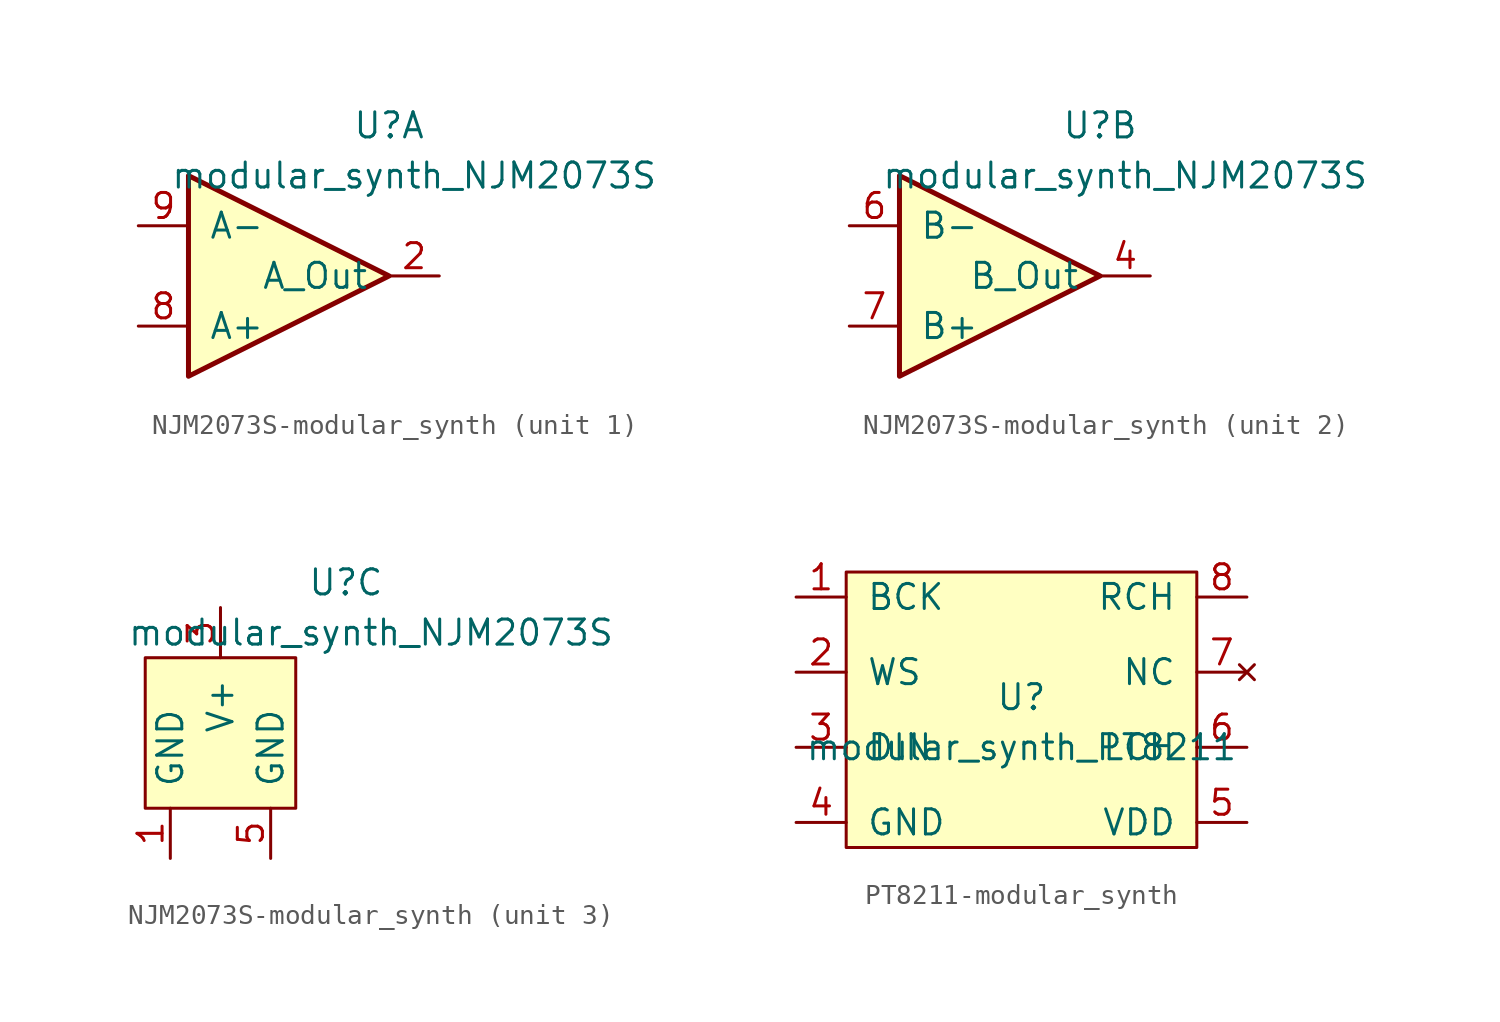
<source format=kicad_sym>
(kicad_symbol_lib
  (version 20220914)
  (generator kicad_symbol_editor)
  (symbol "NJM2073S-modular_synth"
    (pin_names
      (offset 1.016))
    (property "Reference" "U"
      (at 6.35 7.62 0)
      (effects (font (size 1.27 1.27))))
    (property "Value" "modular_synth_NJM2073S"
      (at 7.62 5.08 0)
      (effects (font (size 1.27 1.27))))
    (symbol "NJM2073S-modular_synth_1_1"
      (polyline (pts (xy -3.81 5.08) (xy 6.35 0) (xy -3.81 -5.08) (xy -3.81 5.08)) (stroke (width 0.254) (type solid)) (fill (type background)))
      (pin output line (at 8.89 0 180) (length 2.54) (name "A_Out" (effects (font (size 1.27 1.27)))) (number "2" (effects (font (size 1.27 1.27)))))
      (pin input line (at -6.35 -2.54 0) (length 2.54) (name "A+" (effects (font (size 1.27 1.27)))) (number "8" (effects (font (size 1.27 1.27)))))
      (pin input line (at -6.35 2.54 0) (length 2.54) (name "A-" (effects (font (size 1.27 1.27)))) (number "9" (effects (font (size 1.27 1.27))))))
    (symbol "NJM2073S-modular_synth_2_1"
      (polyline (pts (xy -3.81 5.08) (xy 6.35 0) (xy -3.81 -5.08) (xy -3.81 5.08)) (stroke (width 0.254) (type solid)) (fill (type background)))
      (pin output line (at 8.89 0 180) (length 2.54) (name "B_Out" (effects (font (size 1.27 1.27)))) (number "4" (effects (font (size 1.27 1.27)))))
      (pin input line (at -6.35 2.54 0) (length 2.54) (name "B-" (effects (font (size 1.27 1.27)))) (number "6" (effects (font (size 1.27 1.27)))))
      (pin input line (at -6.35 -2.54 0) (length 2.54) (name "B+" (effects (font (size 1.27 1.27)))) (number "7" (effects (font (size 1.27 1.27))))))
    (symbol "NJM2073S-modular_synth_3_1"
      (rectangle (start 3.81 3.81) (end -3.81 -3.81) (stroke (width 0) (type solid)) (fill (type background)))
      (pin power_in line (at -2.54 -6.35 90) (length 2.54) (name "GND" (effects (font (size 1.27 1.27)))) (number "1" (effects (font (size 1.27 1.27)))))
      (pin power_in line (at 0 6.35 270) (length 2.54) (name "V+" (effects (font (size 1.27 1.27)))) (number "3" (effects (font (size 1.27 1.27)))))
      (pin power_in line (at 2.54 -6.35 90) (length 2.54) (name "GND" (effects (font (size 1.27 1.27)))) (number "5" (effects (font (size 1.27 1.27)))))))
  (symbol "PT8211-modular_synth"
    (pin_names
      (offset 1.016))
    (property "Reference" "U"
      (at 0 0 0)
      (effects (font (size 1.27 1.27))))
    (property "Value" "modular_synth_PT8211"
      (at 0 -2.54 0)
      (effects (font (size 1.27 1.27))))
    (symbol "PT8211-modular_synth_0_1"
      (rectangle (start -8.89 6.35) (end 8.89 -7.62) (stroke (width 0) (type solid)) (fill (type background))))
    (symbol "PT8211-modular_synth_1_1"
      (pin input line (at -11.43 5.08 0) (length 2.54) (name "BCK" (effects (font (size 1.27 1.27)))) (number "1" (effects (font (size 1.27 1.27)))))
      (pin input line (at -11.43 1.27 0) (length 2.54) (name "WS" (effects (font (size 1.27 1.27)))) (number "2" (effects (font (size 1.27 1.27)))))
      (pin input line (at -11.43 -2.54 0) (length 2.54) (name "DIN" (effects (font (size 1.27 1.27)))) (number "3" (effects (font (size 1.27 1.27)))))
      (pin power_in line (at -11.43 -6.35 0) (length 2.54) (name "GND" (effects (font (size 1.27 1.27)))) (number "4" (effects (font (size 1.27 1.27)))))
      (pin power_in line (at 11.43 -6.35 180) (length 2.54) (name "VDD" (effects (font (size 1.27 1.27)))) (number "5" (effects (font (size 1.27 1.27)))))
      (pin output line (at 11.43 -2.54 180) (length 2.54) (name "LCH" (effects (font (size 1.27 1.27)))) (number "6" (effects (font (size 1.27 1.27)))))
      (pin no_connect line (at 11.43 1.27 180) (length 2.54) (name "NC" (effects (font (size 1.27 1.27)))) (number "7" (effects (font (size 1.27 1.27)))))
      (pin output line (at 11.43 5.08 180) (length 2.54) (name "RCH" (effects (font (size 1.27 1.27)))) (number "8" (effects (font (size 1.27 1.27))))))))
</source>
